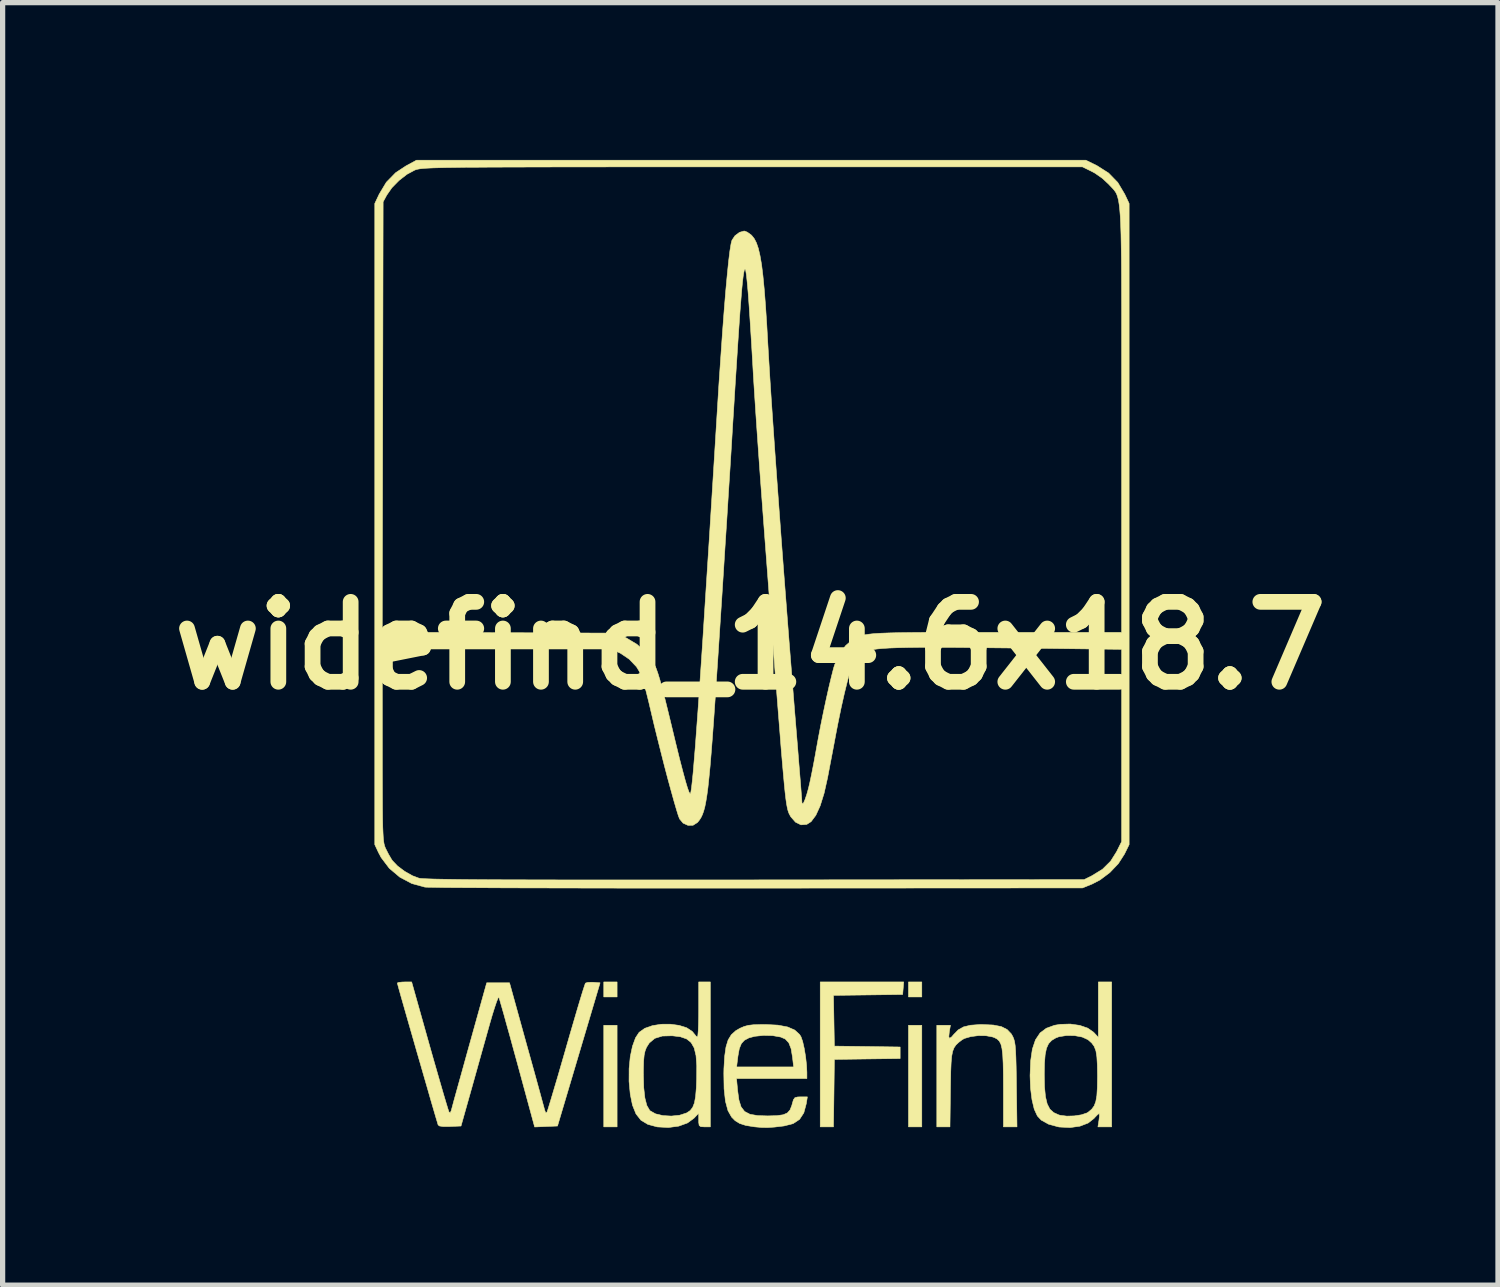
<source format=kicad_pcb>
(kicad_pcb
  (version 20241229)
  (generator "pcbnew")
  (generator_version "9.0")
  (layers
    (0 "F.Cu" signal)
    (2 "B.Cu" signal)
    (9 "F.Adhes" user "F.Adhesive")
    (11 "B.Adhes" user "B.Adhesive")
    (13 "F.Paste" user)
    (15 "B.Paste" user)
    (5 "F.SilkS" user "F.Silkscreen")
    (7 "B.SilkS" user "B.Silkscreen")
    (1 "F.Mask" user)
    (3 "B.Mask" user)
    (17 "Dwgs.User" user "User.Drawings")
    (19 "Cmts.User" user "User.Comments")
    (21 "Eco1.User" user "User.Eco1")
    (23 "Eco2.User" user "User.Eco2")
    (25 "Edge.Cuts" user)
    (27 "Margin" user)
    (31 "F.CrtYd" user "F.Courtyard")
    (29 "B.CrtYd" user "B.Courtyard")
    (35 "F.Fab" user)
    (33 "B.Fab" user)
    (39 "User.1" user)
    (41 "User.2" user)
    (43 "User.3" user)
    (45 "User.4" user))
  (footprint "widefind_14.6x18.7"
    (layer "F.Cu")
    (at 11.256 9.26)
    (property "Reference" "widefind_14.6x18.7" (at 0 0 0) (layer "F.SilkS") (effects (font (size 1.524 1.524) (thickness 0.3))))
    (attr through_hole)
    (fp_poly (pts (xy -2.54 6.699) (xy -2.794 6.699) (xy -2.794 6.413) (xy -2.54 6.413) (xy -2.54 6.699)) (stroke (width 0.01) (type solid)) (fill yes) (layer "F.SilkS"))
    (fp_poly (pts (xy -2.54 9.176) (xy -2.794 9.176) (xy -2.794 7.239) (xy -2.54 7.239) (xy -2.54 9.176)) (stroke (width 0.01) (type solid)) (fill yes) (layer "F.SilkS"))
    (fp_poly (pts (xy 3.27 6.699) (xy 3.016 6.699) (xy 3.016 6.413) (xy 3.27 6.413) (xy 3.27 6.699)) (stroke (width 0.01) (type solid)) (fill yes) (layer "F.SilkS"))
    (fp_poly (pts (xy 3.27 9.176) (xy 3.016 9.176) (xy 3.016 7.239) (xy 3.27 7.239) (xy 3.27 9.176)) (stroke (width 0.01) (type solid)) (fill yes) (layer "F.SilkS"))
    (fp_poly (pts (xy 2.915 6.533) (xy 2.905 6.652) (xy 1.586 6.669) (xy 1.603 7.636) (xy 2.23 7.644) (xy 2.857 7.653) (xy 2.857 7.873) (xy 2.23 7.881) (xy 1.603 7.89) (xy 1.595 8.533) (xy 1.586 9.176) (xy 1.333 9.176) (xy 1.333 6.413) (xy 2.925 6.413) (xy 2.915 6.533)) (stroke (width 0.01) (type solid)) (fill yes) (layer "F.SilkS"))
    (fp_poly (pts (xy 4.633 7.234) (xy 4.786 7.264) (xy 4.897 7.32) (xy 4.977 7.404) (xy 5.006 7.456) (xy 5.024 7.499) (xy 5.039 7.553) (xy 5.05 7.624) (xy 5.058 7.723) (xy 5.064 7.856) (xy 5.069 8.033) (xy 5.073 8.262) (xy 5.074 8.374) (xy 5.085 9.176) (xy 4.826 9.176) (xy 4.826 8.444) (xy 4.825 8.178) (xy 4.821 7.967) (xy 4.813 7.806) (xy 4.799 7.685) (xy 4.778 7.599) (xy 4.747 7.54) (xy 4.706 7.501) (xy 4.653 7.473) (xy 4.618 7.461) (xy 4.494 7.438) (xy 4.347 7.436) (xy 4.203 7.455) (xy 4.083 7.49) (xy 4.037 7.516) (xy 3.972 7.566) (xy 3.922 7.614) (xy 3.885 7.667) (xy 3.858 7.736) (xy 3.84 7.828) (xy 3.829 7.953) (xy 3.822 8.119) (xy 3.818 8.336) (xy 3.816 8.464) (xy 3.807 9.176) (xy 3.556 9.176) (xy 3.556 7.239) (xy 3.816 7.239) (xy 3.794 7.366) (xy 3.785 7.456) (xy 3.798 7.488) (xy 3.838 7.462) (xy 3.88 7.413) (xy 3.964 7.327) (xy 4.065 7.27) (xy 4.197 7.238) (xy 4.374 7.225) (xy 4.429 7.225) (xy 4.633 7.234)) (stroke (width 0.01) (type solid)) (fill yes) (layer "F.SilkS"))
    (fp_poly (pts (xy 6.89 9.176) (xy 6.628 9.176) (xy 6.648 9.049) (xy 6.657 8.97) (xy 6.654 8.925) (xy 6.65 8.922) (xy 6.62 8.944) (xy 6.568 8.998) (xy 6.553 9.015) (xy 6.441 9.103) (xy 6.284 9.163) (xy 6.098 9.189) (xy 5.896 9.179) (xy 5.871 9.175) (xy 5.688 9.125) (xy 5.547 9.047) (xy 5.473 8.967) (xy 5.414 8.839) (xy 5.371 8.659) (xy 5.343 8.437) (xy 5.334 8.201) (xy 5.335 8.176) (xy 5.605 8.176) (xy 5.61 8.416) (xy 5.628 8.601) (xy 5.661 8.739) (xy 5.712 8.838) (xy 5.785 8.904) (xy 5.883 8.948) (xy 5.912 8.956) (xy 6.035 8.971) (xy 6.177 8.967) (xy 6.313 8.946) (xy 6.42 8.91) (xy 6.445 8.894) (xy 6.51 8.839) (xy 6.557 8.775) (xy 6.588 8.691) (xy 6.608 8.577) (xy 6.617 8.421) (xy 6.62 8.213) (xy 6.62 8.207) (xy 6.617 7.999) (xy 6.608 7.843) (xy 6.59 7.728) (xy 6.558 7.643) (xy 6.511 7.578) (xy 6.446 7.52) (xy 6.437 7.513) (xy 6.328 7.463) (xy 6.184 7.436) (xy 6.029 7.434) (xy 5.886 7.457) (xy 5.826 7.479) (xy 5.746 7.527) (xy 5.687 7.59) (xy 5.647 7.678) (xy 5.622 7.8) (xy 5.609 7.966) (xy 5.605 8.176) (xy 5.335 8.176) (xy 5.345 7.919) (xy 5.378 7.693) (xy 5.437 7.517) (xy 5.525 7.385) (xy 5.645 7.295) (xy 5.8 7.239) (xy 5.908 7.221) (xy 6.1 7.215) (xy 6.282 7.241) (xy 6.436 7.295) (xy 6.546 7.372) (xy 6.547 7.373) (xy 6.636 7.468) (xy 6.636 6.413) (xy 6.89 6.413) (xy 6.89 9.176)) (stroke (width 0.01) (type solid)) (fill yes) (layer "F.SilkS"))
    (fp_poly (pts (xy -0.762 9.176) (xy -0.873 9.176) (xy -0.944 9.172) (xy -0.975 9.149) (xy -0.984 9.089) (xy -0.984 9.045) (xy -0.984 8.915) (xy -1.072 9.009) (xy -1.197 9.101) (xy -1.365 9.162) (xy -1.561 9.188) (xy -1.769 9.177) (xy -1.784 9.174) (xy -1.954 9.128) (xy -2.085 9.049) (xy -2.18 8.928) (xy -2.247 8.761) (xy -2.289 8.553) (xy -2.312 8.308) (xy -2.311 8.17) (xy -2.039 8.17) (xy -2.032 8.427) (xy -2.01 8.625) (xy -1.973 8.768) (xy -1.92 8.859) (xy -1.908 8.871) (xy -1.806 8.928) (xy -1.665 8.961) (xy -1.506 8.97) (xy -1.349 8.954) (xy -1.216 8.911) (xy -1.21 8.908) (xy -1.146 8.865) (xy -1.099 8.805) (xy -1.065 8.719) (xy -1.043 8.596) (xy -1.029 8.428) (xy -1.023 8.26) (xy -1.021 8.011) (xy -1.035 7.817) (xy -1.07 7.671) (xy -1.129 7.568) (xy -1.215 7.499) (xy -1.333 7.458) (xy -1.488 7.439) (xy -1.49 7.439) (xy -1.678 7.444) (xy -1.821 7.488) (xy -1.926 7.576) (xy -1.98 7.661) (xy -2.006 7.728) (xy -2.024 7.81) (xy -2.034 7.919) (xy -2.038 8.07) (xy -2.039 8.17) (xy -2.311 8.17) (xy -2.311 8.066) (xy -2.289 7.839) (xy -2.247 7.639) (xy -2.188 7.477) (xy -2.12 7.374) (xy -2.012 7.297) (xy -1.867 7.246) (xy -1.699 7.219) (xy -1.525 7.218) (xy -1.357 7.241) (xy -1.212 7.287) (xy -1.105 7.358) (xy -1.072 7.399) (xy -1.032 7.448) (xy -1.008 7.461) (xy -1 7.431) (xy -0.993 7.348) (xy -0.988 7.223) (xy -0.985 7.065) (xy -0.984 6.937) (xy -0.984 6.413) (xy -0.762 6.413) (xy -0.762 9.176)) (stroke (width 0.01) (type solid)) (fill yes) (layer "F.SilkS"))
    (fp_poly (pts (xy 0.526 7.236) (xy 0.711 7.271) (xy 0.847 7.33) (xy 0.94 7.415) (xy 0.967 7.459) (xy 0.998 7.547) (xy 1.028 7.679) (xy 1.054 7.836) (xy 1.072 7.997) (xy 1.079 8.136) (xy 1.079 8.255) (xy -0.263 8.255) (xy -0.242 8.482) (xy -0.217 8.664) (xy -0.176 8.795) (xy -0.108 8.883) (xy -0.006 8.936) (xy 0.141 8.961) (xy 0.333 8.967) (xy 0.506 8.962) (xy 0.627 8.945) (xy 0.707 8.91) (xy 0.758 8.852) (xy 0.792 8.766) (xy 0.797 8.746) (xy 0.822 8.659) (xy 0.852 8.618) (xy 0.906 8.605) (xy 0.96 8.604) (xy 1.088 8.604) (xy 1.067 8.735) (xy 1.02 8.909) (xy 0.939 9.033) (xy 0.816 9.114) (xy 0.645 9.158) (xy 0.63 9.16) (xy 0.461 9.18) (xy 0.329 9.189) (xy 0.213 9.187) (xy 0.088 9.176) (xy 0.079 9.175) (xy -0.084 9.149) (xy -0.201 9.112) (xy -0.289 9.058) (xy -0.357 8.989) (xy -0.426 8.866) (xy -0.474 8.687) (xy -0.5 8.45) (xy -0.505 8.155) (xy -0.503 8.062) (xy -0.501 8.033) (xy -0.261 8.033) (xy 0.826 8.033) (xy 0.805 7.85) (xy 0.778 7.686) (xy 0.734 7.573) (xy 0.668 7.502) (xy 0.579 7.463) (xy 0.425 7.436) (xy 0.251 7.432) (xy 0.086 7.449) (xy -0.027 7.479) (xy -0.113 7.525) (xy -0.171 7.589) (xy -0.21 7.685) (xy -0.236 7.829) (xy -0.239 7.853) (xy -0.261 8.033) (xy -0.501 8.033) (xy -0.489 7.831) (xy -0.464 7.654) (xy -0.423 7.519) (xy -0.362 7.419) (xy -0.278 7.343) (xy -0.197 7.296) (xy -0.118 7.262) (xy -0.038 7.24) (xy 0.06 7.229) (xy 0.194 7.225) (xy 0.286 7.224) (xy 0.526 7.236)) (stroke (width 0.01) (type solid)) (fill yes) (layer "F.SilkS"))
    (fp_poly (pts (xy -6.115 7.628) (xy -6.039 7.896) (xy -5.967 8.146) (xy -5.902 8.371) (xy -5.846 8.564) (xy -5.8 8.718) (xy -5.767 8.827) (xy -5.748 8.884) (xy -5.746 8.89) (xy -5.724 8.909) (xy -5.705 8.873) (xy -5.696 8.842) (xy -5.682 8.791) (xy -5.654 8.685) (xy -5.612 8.534) (xy -5.559 8.343) (xy -5.497 8.121) (xy -5.429 7.875) (xy -5.356 7.612) (xy -5.349 7.588) (xy -5.026 6.429) (xy -4.591 6.429) (xy -4.267 7.6) (xy -4.193 7.865) (xy -4.124 8.113) (xy -4.062 8.338) (xy -4.009 8.531) (xy -3.967 8.686) (xy -3.937 8.795) (xy -3.922 8.851) (xy -3.921 8.854) (xy -3.902 8.906) (xy -3.882 8.901) (xy -3.875 8.89) (xy -3.861 8.849) (xy -3.832 8.755) (xy -3.789 8.613) (xy -3.735 8.431) (xy -3.671 8.216) (xy -3.601 7.974) (xy -3.525 7.712) (xy -3.508 7.652) (xy -3.432 7.388) (xy -3.36 7.142) (xy -3.296 6.923) (xy -3.24 6.736) (xy -3.195 6.589) (xy -3.162 6.487) (xy -3.145 6.438) (xy -3.143 6.435) (xy -3.099 6.421) (xy -3.019 6.418) (xy -2.992 6.419) (xy -2.864 6.429) (xy -3.27 7.795) (xy -3.676 9.16) (xy -3.894 9.169) (xy -4.112 9.178) (xy -4.442 7.962) (xy -4.516 7.694) (xy -4.584 7.444) (xy -4.647 7.22) (xy -4.7 7.027) (xy -4.744 6.874) (xy -4.775 6.766) (xy -4.792 6.71) (xy -4.794 6.705) (xy -4.809 6.72) (xy -4.837 6.788) (xy -4.875 6.9) (xy -4.921 7.047) (xy -4.969 7.213) (xy -5.027 7.42) (xy -5.097 7.668) (xy -5.172 7.936) (xy -5.247 8.204) (xy -5.316 8.451) (xy -5.319 8.461) (xy -5.516 9.16) (xy -5.727 9.169) (xy -5.854 9.17) (xy -5.927 9.159) (xy -5.953 9.138) (xy -5.966 9.093) (xy -5.995 8.997) (xy -6.036 8.857) (xy -6.088 8.679) (xy -6.147 8.473) (xy -6.213 8.245) (xy -6.283 8.002) (xy -6.355 7.754) (xy -6.426 7.506) (xy -6.495 7.266) (xy -6.559 7.043) (xy -6.616 6.843) (xy -6.664 6.675) (xy -6.7 6.546) (xy -6.723 6.462) (xy -6.731 6.433) (xy -6.703 6.421) (xy -6.631 6.414) (xy -6.594 6.413) (xy -6.457 6.413) (xy -6.115 7.628)) (stroke (width 0.01) (type solid)) (fill yes) (layer "F.SilkS"))
    (fp_poly (pts (xy 6.609 -9.152) (xy 6.831 -9.011) (xy 7.007 -8.83) (xy 7.139 -8.608) (xy 7.223 -8.43) (xy 7.223 3.794) (xy 7.134 3.975) (xy 7.017 4.157) (xy 6.855 4.327) (xy 6.669 4.467) (xy 6.517 4.546) (xy 6.334 4.62) (xy 0.143 4.624) (xy -0.482 4.624) (xy -1.091 4.624) (xy -1.681 4.624) (xy -2.249 4.624) (xy -2.792 4.623) (xy -3.306 4.622) (xy -3.789 4.621) (xy -4.238 4.62) (xy -4.649 4.619) (xy -5.019 4.617) (xy -5.345 4.615) (xy -5.623 4.614) (xy -5.852 4.612) (xy -6.027 4.609) (xy -6.145 4.607) (xy -6.203 4.605) (xy -6.207 4.604) (xy -6.455 4.536) (xy -6.684 4.414) (xy -6.883 4.246) (xy -7.039 4.04) (xy -7.089 3.946) (xy -7.16 3.794) (xy -7.16 0.064) (xy -7.017 0.064) (xy -7.016 1.897) (xy -7.016 2.285) (xy -7.015 2.615) (xy -7.014 2.892) (xy -7.013 3.121) (xy -7.011 3.307) (xy -7.008 3.456) (xy -7.003 3.572) (xy -6.998 3.661) (xy -6.991 3.729) (xy -6.983 3.779) (xy -6.973 3.818) (xy -6.961 3.851) (xy -6.953 3.868) (xy -6.899 3.975) (xy -6.841 4.074) (xy -6.825 4.098) (xy -6.726 4.202) (xy -6.59 4.304) (xy -6.439 4.389) (xy -6.318 4.434) (xy -6.287 4.439) (xy -6.229 4.443) (xy -6.141 4.447) (xy -6.022 4.451) (xy -5.87 4.454) (xy -5.682 4.457) (xy -5.456 4.46) (xy -5.19 4.462) (xy -4.882 4.464) (xy -4.53 4.465) (xy -4.132 4.466) (xy -3.685 4.467) (xy -3.187 4.468) (xy -2.636 4.468) (xy -2.03 4.468) (xy -1.368 4.468) (xy -0.645 4.468) (xy 0.095 4.467) (xy 6.366 4.461) (xy 6.509 4.39) (xy 6.715 4.264) (xy 6.871 4.109) (xy 6.983 3.931) (xy 7.08 3.736) (xy 7.08 1.904) (xy 7.08 0.071) (xy 5.12 0.047) (xy 4.633 0.042) (xy 4.206 0.037) (xy 3.834 0.034) (xy 3.513 0.033) (xy 3.238 0.033) (xy 3.006 0.036) (xy 2.812 0.04) (xy 2.652 0.046) (xy 2.523 0.054) (xy 2.418 0.064) (xy 2.336 0.076) (xy 2.27 0.091) (xy 2.218 0.109) (xy 2.185 0.123) (xy 2.089 0.181) (xy 2.011 0.247) (xy 1.991 0.27) (xy 1.952 0.348) (xy 1.906 0.483) (xy 1.853 0.671) (xy 1.795 0.905) (xy 1.733 1.18) (xy 1.669 1.491) (xy 1.635 1.667) (xy 1.596 1.875) (xy 1.557 2.08) (xy 1.521 2.267) (xy 1.492 2.421) (xy 1.474 2.516) (xy 1.407 2.815) (xy 1.332 3.055) (xy 1.249 3.236) (xy 1.159 3.356) (xy 1.076 3.409) (xy 0.966 3.417) (xy 0.862 3.366) (xy 0.771 3.262) (xy 0.741 3.207) (xy 0.728 3.175) (xy 0.715 3.134) (xy 0.703 3.081) (xy 0.69 3.01) (xy 0.677 2.917) (xy 0.663 2.797) (xy 0.648 2.647) (xy 0.631 2.46) (xy 0.611 2.234) (xy 0.588 1.963) (xy 0.563 1.643) (xy 0.533 1.269) (xy 0.499 0.837) (xy 0.494 0.778) (xy 0.432 -0.028) (xy 0.374 -0.773) (xy 0.322 -1.46) (xy 0.274 -2.09) (xy 0.231 -2.665) (xy 0.192 -3.189) (xy 0.158 -3.663) (xy 0.128 -4.09) (xy 0.102 -4.472) (xy 0.08 -4.81) (xy 0.061 -5.108) (xy 0.049 -5.318) (xy 0.023 -5.763) (xy -0.001 -6.145) (xy -0.022 -6.466) (xy -0.041 -6.726) (xy -0.059 -6.926) (xy -0.074 -7.066) (xy -0.087 -7.149) (xy -0.094 -7.171) (xy -0.103 -7.178) (xy -0.114 -7.16) (xy -0.124 -7.115) (xy -0.136 -7.04) (xy -0.149 -6.931) (xy -0.163 -6.786) (xy -0.178 -6.6) (xy -0.196 -6.372) (xy -0.215 -6.097) (xy -0.237 -5.773) (xy -0.261 -5.397) (xy -0.289 -4.964) (xy -0.319 -4.473) (xy -0.335 -4.223) (xy -0.359 -3.821) (xy -0.387 -3.37) (xy -0.418 -2.886) (xy -0.449 -2.384) (xy -0.482 -1.878) (xy -0.513 -1.384) (xy -0.543 -0.917) (xy -0.571 -0.491) (xy -0.573 -0.46) (xy -0.609 0.096) (xy -0.642 0.592) (xy -0.671 1.032) (xy -0.698 1.42) (xy -0.723 1.759) (xy -0.746 2.053) (xy -0.767 2.306) (xy -0.788 2.52) (xy -0.807 2.701) (xy -0.827 2.851) (xy -0.847 2.974) (xy -0.867 3.075) (xy -0.889 3.155) (xy -0.912 3.22) (xy -0.937 3.273) (xy -0.964 3.317) (xy -0.994 3.356) (xy -1.009 3.373) (xy -1.091 3.425) (xy -1.188 3.427) (xy -1.281 3.385) (xy -1.348 3.305) (xy -1.372 3.243) (xy -1.408 3.127) (xy -1.455 2.966) (xy -1.51 2.768) (xy -1.572 2.542) (xy -1.637 2.295) (xy -1.703 2.035) (xy -1.769 1.772) (xy -1.833 1.513) (xy -1.888 1.28) (xy -1.934 1.084) (xy -1.979 0.903) (xy -2.019 0.749) (xy -2.052 0.632) (xy -2.074 0.565) (xy -2.074 0.563) (xy -2.17 0.404) (xy -2.308 0.259) (xy -2.47 0.149) (xy -2.492 0.138) (xy -2.651 0.064) (xy -4.834 0.064) (xy -7.017 0.064) (xy -7.16 0.064) (xy -7.16 -0.256) (xy -7.018 -0.256) (xy -4.787 -0.247) (xy -2.556 -0.238) (xy -2.377 -0.154) (xy -2.163 -0.026) (xy -1.981 0.137) (xy -1.861 0.298) (xy -1.828 0.361) (xy -1.795 0.435) (xy -1.762 0.528) (xy -1.725 0.649) (xy -1.682 0.802) (xy -1.632 0.997) (xy -1.572 1.24) (xy -1.507 1.508) (xy -1.421 1.865) (xy -1.348 2.162) (xy -1.286 2.401) (xy -1.236 2.585) (xy -1.197 2.715) (xy -1.168 2.794) (xy -1.148 2.824) (xy -1.141 2.821) (xy -1.132 2.784) (xy -1.12 2.704) (xy -1.106 2.581) (xy -1.089 2.411) (xy -1.071 2.195) (xy -1.049 1.931) (xy -1.026 1.618) (xy -0.999 1.254) (xy -0.97 0.838) (xy -0.938 0.369) (xy -0.903 -0.155) (xy -0.866 -0.735) (xy -0.825 -1.371) (xy -0.78 -2.066) (xy -0.733 -2.821) (xy -0.682 -3.637) (xy -0.635 -4.397) (xy -0.599 -4.975) (xy -0.563 -5.503) (xy -0.53 -5.978) (xy -0.498 -6.401) (xy -0.468 -6.768) (xy -0.439 -7.08) (xy -0.413 -7.334) (xy -0.389 -7.529) (xy -0.367 -7.663) (xy -0.35 -7.729) (xy -0.293 -7.815) (xy -0.206 -7.88) (xy -0.117 -7.906) (xy -0.058 -7.884) (xy 0.015 -7.832) (xy 0.03 -7.817) (xy 0.076 -7.759) (xy 0.117 -7.679) (xy 0.153 -7.574) (xy 0.185 -7.437) (xy 0.215 -7.264) (xy 0.241 -7.051) (xy 0.266 -6.793) (xy 0.29 -6.484) (xy 0.314 -6.121) (xy 0.334 -5.763) (xy 0.352 -5.457) (xy 0.374 -5.094) (xy 0.401 -4.678) (xy 0.433 -4.214) (xy 0.468 -3.709) (xy 0.507 -3.166) (xy 0.549 -2.592) (xy 0.593 -1.992) (xy 0.64 -1.37) (xy 0.689 -0.733) (xy 0.739 -0.086) (xy 0.791 0.567) (xy 0.843 1.219) (xy 0.896 1.866) (xy 0.906 1.989) (xy 0.925 2.23) (xy 0.943 2.452) (xy 0.959 2.646) (xy 0.971 2.804) (xy 0.98 2.918) (xy 0.984 2.98) (xy 0.984 2.988) (xy 0.992 3.021) (xy 1.013 3.002) (xy 1.042 2.938) (xy 1.076 2.839) (xy 1.107 2.729) (xy 1.135 2.611) (xy 1.169 2.449) (xy 1.206 2.261) (xy 1.242 2.067) (xy 1.253 2.004) (xy 1.296 1.767) (xy 1.344 1.515) (xy 1.396 1.26) (xy 1.449 1.013) (xy 1.5 0.786) (xy 1.547 0.59) (xy 1.586 0.437) (xy 1.608 0.365) (xy 1.697 0.166) (xy 1.817 0.001) (xy 1.926 -0.094) (xy 1.969 -0.123) (xy 2.01 -0.148) (xy 2.055 -0.17) (xy 2.107 -0.189) (xy 2.172 -0.204) (xy 2.253 -0.217) (xy 2.354 -0.228) (xy 2.482 -0.236) (xy 2.639 -0.242) (xy 2.831 -0.247) (xy 3.061 -0.25) (xy 3.335 -0.252) (xy 3.657 -0.253) (xy 4.031 -0.254) (xy 4.461 -0.254) (xy 4.704 -0.254) (xy 7.08 -0.254) (xy 7.08 -4.296) (xy 7.08 -4.9) (xy 7.08 -5.443) (xy 7.08 -5.93) (xy 7.08 -6.363) (xy 7.079 -6.746) (xy 7.078 -7.082) (xy 7.076 -7.375) (xy 7.072 -7.627) (xy 7.068 -7.843) (xy 7.062 -8.025) (xy 7.055 -8.177) (xy 7.045 -8.302) (xy 7.034 -8.404) (xy 7.021 -8.486) (xy 7.005 -8.551) (xy 6.988 -8.602) (xy 6.967 -8.644) (xy 6.943 -8.678) (xy 6.917 -8.709) (xy 6.887 -8.741) (xy 6.854 -8.775) (xy 6.838 -8.793) (xy 6.715 -8.908) (xy 6.572 -9.008) (xy 6.515 -9.039) (xy 6.334 -9.128) (xy 0.048 -9.128) (xy -0.695 -9.128) (xy -1.378 -9.128) (xy -2.002 -9.128) (xy -2.57 -9.128) (xy -3.086 -9.127) (xy -3.552 -9.127) (xy -3.97 -9.126) (xy -4.343 -9.125) (xy -4.674 -9.124) (xy -4.966 -9.123) (xy -5.221 -9.121) (xy -5.442 -9.12) (xy -5.631 -9.117) (xy -5.792 -9.115) (xy -5.926 -9.112) (xy -6.037 -9.109) (xy -6.128 -9.105) (xy -6.2 -9.101) (xy -6.257 -9.096) (xy -6.301 -9.091) (xy -6.335 -9.085) (xy -6.361 -9.079) (xy -6.383 -9.072) (xy -6.397 -9.067) (xy -6.546 -8.987) (xy -6.699 -8.868) (xy -6.835 -8.729) (xy -6.932 -8.589) (xy -7.001 -8.461) (xy -7.009 -4.359) (xy -7.018 -0.256) (xy -7.16 -0.256) (xy -7.16 -8.43) (xy -7.076 -8.608) (xy -6.94 -8.835) (xy -6.762 -9.017) (xy -6.565 -9.147) (xy -6.366 -9.255) (xy 6.399 -9.255) (xy 6.609 -9.152)) (stroke (width 0.01) (type solid)) (fill yes) (layer "F.SilkS")))
  (gr_rect
    (start -3 -3)
    (end 25.512 21.454)
    (stroke (width 0.1) (type default))
    (fill no)
    (layer "Edge.Cuts")))
</source>
